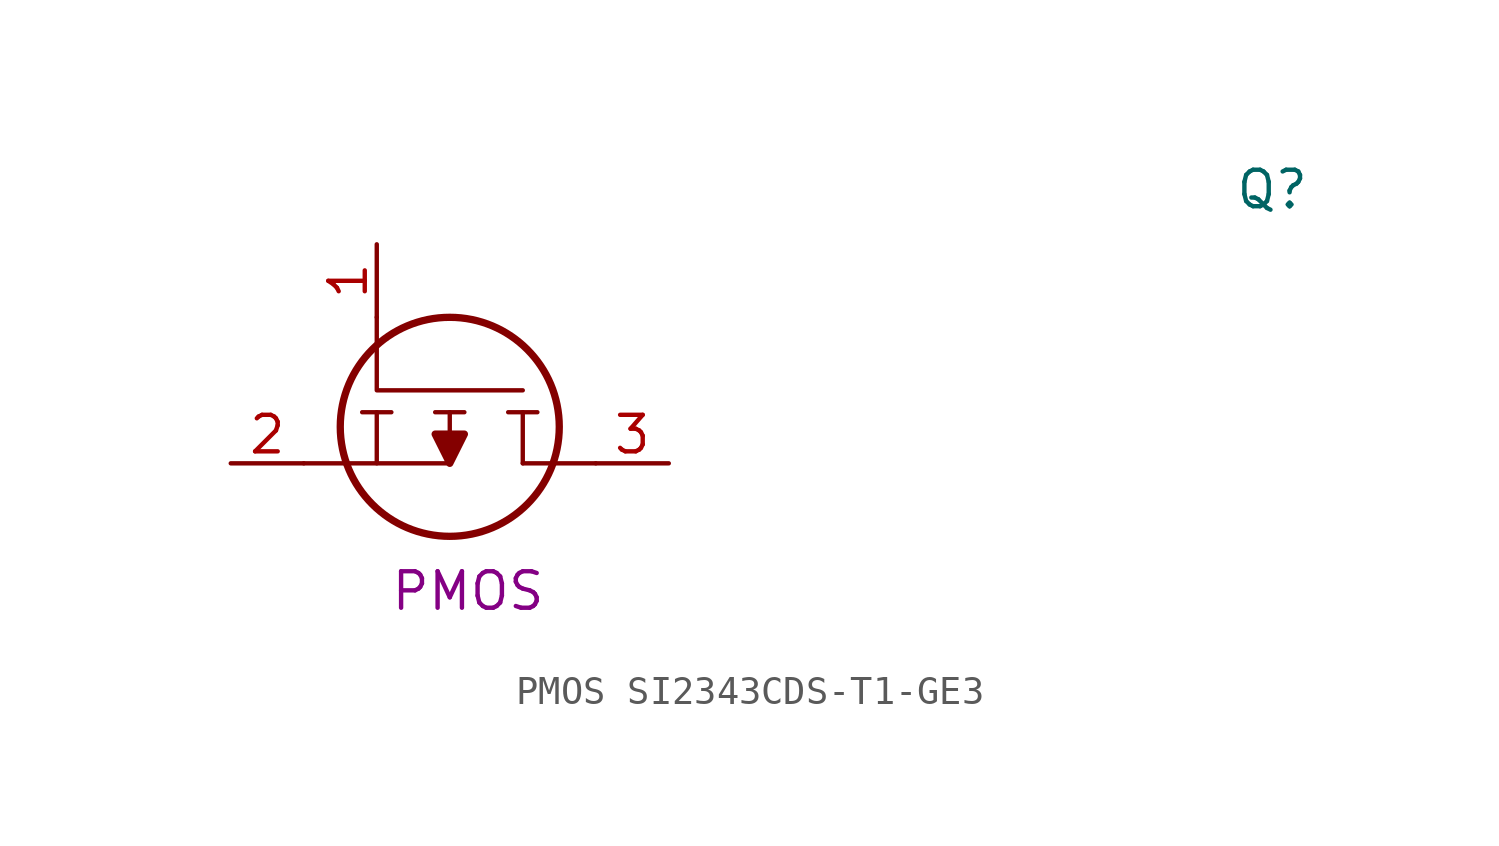
<source format=kicad_sym>
(kicad_symbol_lib
  (version 20220914)
  (generator kicad_symbol_editor)
  (symbol "PMOS SI2343CDS-T1-GE3"
    (pin_names
      (offset 0.762))
    (property "Reference" "Q"
      (at 27.94 12.7 0)
      (effects (font (size 1.27 1.27)) (justify left)))
    (property "Render Name" "PMOS"
      (at 1.27 -1.27 0)
      (effects (font (size 1.27 1.27))))
    (symbol "PMOS SI2343CDS-T1-GE3_0_0"
      (pin passive line (at -1.905 10.795 270) (length 2.54) (name "~" (effects (font (size 1.27 1.27)))) (number "1" (effects (font (size 1.27 1.27)))))
      (pin passive line (at -6.985 3.175 0) (length 2.54) (name "~" (effects (font (size 1.27 1.27)))) (number "2" (effects (font (size 1.27 1.27)))))
      (pin passive line (at 8.255 3.175 180) (length 2.54) (name "~" (effects (font (size 1.27 1.27)))) (number "3" (effects (font (size 1.27 1.27))))))
    (symbol "PMOS SI2343CDS-T1-GE3_0_1"
      (polyline (pts (xy -2.413 4.953) (xy -1.397 4.953)) (stroke (width 0.152) (type default)) (fill (type none)))
      (polyline (pts (xy -1.905 4.953) (xy -1.905 3.175)) (stroke (width 0.152) (type default)) (fill (type none)))
      (polyline (pts (xy 0.127 4.953) (xy 1.143 4.953)) (stroke (width 0.152) (type default)) (fill (type none)))
      (polyline (pts (xy 0.635 3.175) (xy -4.445 3.175)) (stroke (width 0.152) (type default)) (fill (type none)))
      (polyline (pts (xy 0.635 3.175) (xy 0.635 4.953)) (stroke (width 0.152) (type default)) (fill (type none)))
      (polyline (pts (xy 3.175 3.175) (xy 3.175 4.953)) (stroke (width 0.152) (type default)) (fill (type none)))
      (polyline (pts (xy 3.175 3.175) (xy 5.715 3.175)) (stroke (width 0.152) (type default)) (fill (type none)))
      (polyline (pts (xy 3.683 4.953) (xy 2.667 4.953)) (stroke (width 0.152) (type default)) (fill (type none)))
      (polyline (pts (xy -1.905 8.255) (xy -1.905 5.715) (xy 3.175 5.715)) (stroke (width 0.152) (type default)) (fill (type none)))
      (polyline (pts (xy 0.635 3.175) (xy 1.143 4.191) (xy 0.127 4.191) (xy 0.635 3.175)) (stroke (width 0.254) (type default)) (fill (type outline)))
      (circle (center 0.635 4.445) (radius 3.81) (stroke (width 0.254) (type default)) (fill (type none))))))
</source>
